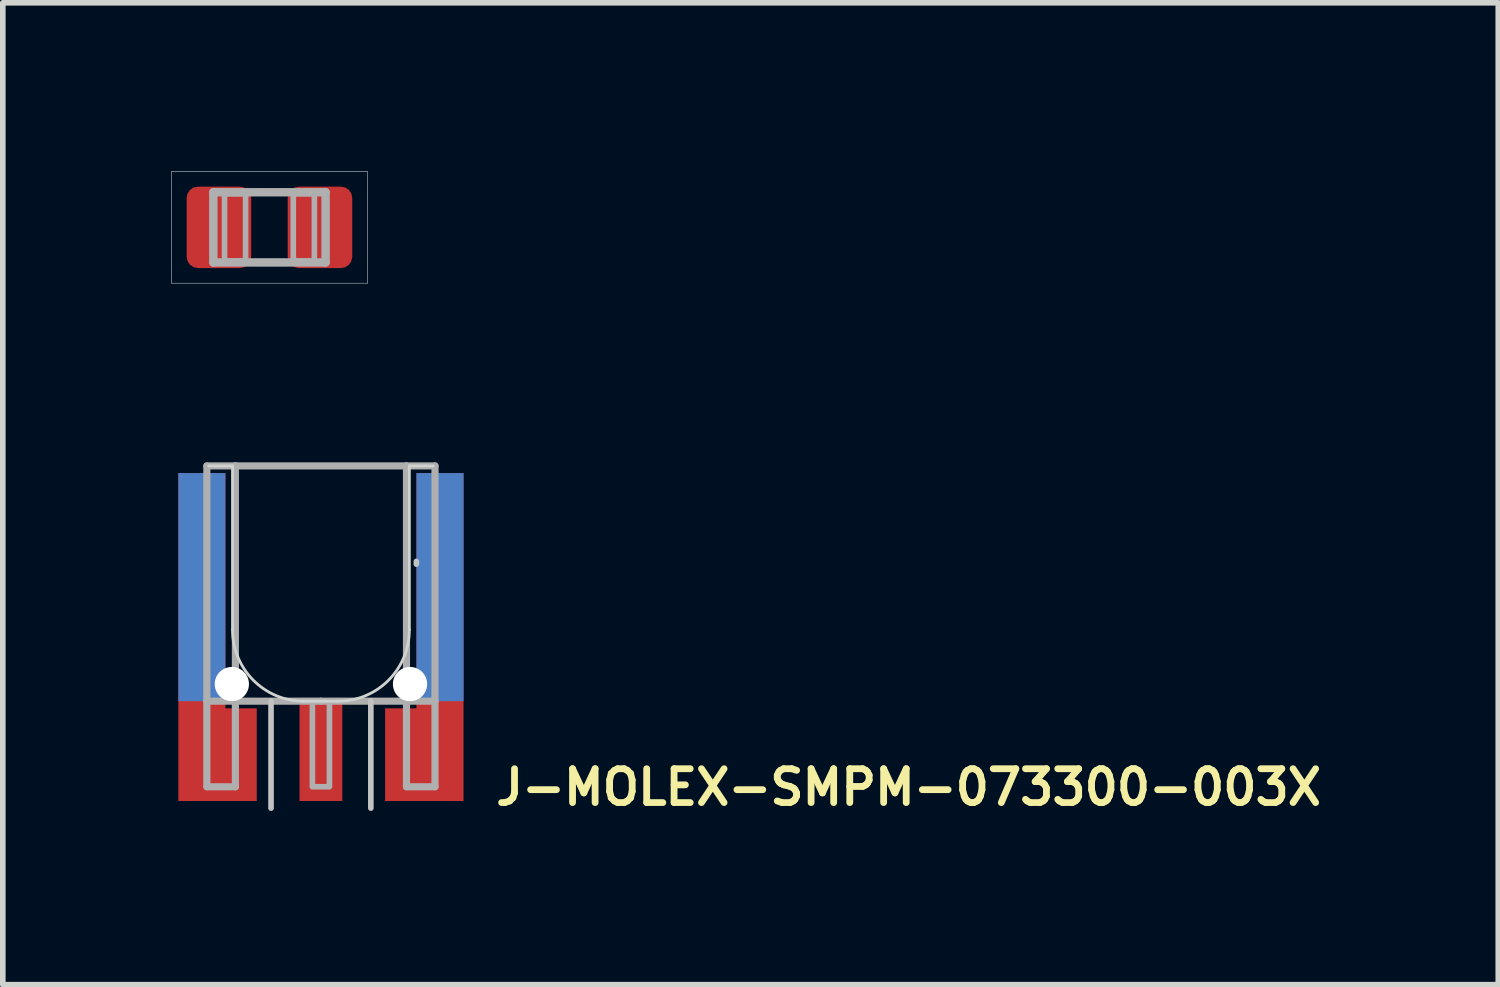
<source format=kicad_pcb>
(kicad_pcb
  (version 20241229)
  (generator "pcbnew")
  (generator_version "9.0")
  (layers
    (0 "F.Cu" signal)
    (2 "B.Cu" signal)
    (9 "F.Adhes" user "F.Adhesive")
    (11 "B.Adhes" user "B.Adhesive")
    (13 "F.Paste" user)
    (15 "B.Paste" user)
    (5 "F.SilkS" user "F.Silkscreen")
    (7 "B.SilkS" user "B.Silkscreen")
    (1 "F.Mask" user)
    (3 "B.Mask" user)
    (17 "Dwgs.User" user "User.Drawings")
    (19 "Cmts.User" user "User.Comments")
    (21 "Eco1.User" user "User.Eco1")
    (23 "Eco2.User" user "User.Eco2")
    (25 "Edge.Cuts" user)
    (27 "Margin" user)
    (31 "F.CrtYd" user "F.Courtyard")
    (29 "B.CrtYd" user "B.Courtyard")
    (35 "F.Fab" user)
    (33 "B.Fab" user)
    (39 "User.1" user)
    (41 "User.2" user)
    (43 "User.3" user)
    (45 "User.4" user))
  (footprint ".0805-B-NOSILK"
    (layer "F.Cu")
    (at 1.75 1)
    (property "Reference" ".0805-B-NOSILK" (at 0 0 180) (layer "F.Mask") (effects (font (size 0.38 0.38) (thickness 0.057)) (justify left bottom)))
    (attr through_hole)
    (fp_line (start -1 -0.625) (end 1 -0.625) (stroke (width 0.15) (type solid)) (layer "F.Mask"))
    (fp_line (start -1 0.625) (end -1 -0.625) (stroke (width 0.15) (type solid)) (layer "F.Mask"))
    (fp_line (start 1 -0.625) (end 1 0.625) (stroke (width 0.15) (type solid)) (layer "F.Mask"))
    (fp_line (start 1 0.625) (end -1 0.625) (stroke (width 0.15) (type solid)) (layer "F.Mask"))
    (fp_poly (pts (xy -0.52 -0.53) (xy -1.28 -0.53) (xy -1.28 0.53) (xy -0.52 0.53)) (stroke (width 0) (type solid)) (fill yes) (layer "F.Mask"))
    (fp_poly (pts (xy 1.28 -0.53) (xy 0.52 -0.53) (xy 0.52 0.53) (xy 1.28 0.53)) (stroke (width 0) (type solid)) (fill yes) (layer "F.Mask"))
    (fp_line (start -1.745 -0.995) (end -1.745 0.995) (stroke (width 0.01) (type solid)) (layer "Dwgs.User"))
    (fp_line (start -1.745 0.995) (end 1.745 0.995) (stroke (width 0.01) (type solid)) (layer "Dwgs.User"))
    (fp_line (start 1.745 -0.995) (end -1.745 -0.995) (stroke (width 0.01) (type solid)) (layer "Dwgs.User"))
    (fp_line (start 1.745 0.995) (end 1.745 -0.995) (stroke (width 0.01) (type solid)) (layer "Dwgs.User"))
    (fp_line (start -1 -0.625) (end 1 -0.625) (stroke (width 0.15) (type solid)) (layer "F.Fab"))
    (fp_line (start -1 0.625) (end -1 -0.625) (stroke (width 0.15) (type solid)) (layer "F.Fab"))
    (fp_line (start 1 -0.625) (end 1 0.625) (stroke (width 0.15) (type solid)) (layer "F.Fab"))
    (fp_line (start 1 0.625) (end -1 0.625) (stroke (width 0.15) (type solid)) (layer "F.Fab"))
    (fp_poly (pts (xy -0.8 0.6) (xy -0.425 0.6) (xy -0.425 -0.6) (xy -0.8 -0.6)) (stroke (width 0.1) (type solid)) (fill no) (layer "F.Fab"))
    (fp_poly (pts (xy 0.425 0.6) (xy 0.8 0.6) (xy 0.8 -0.6) (xy 0.425 -0.6)) (stroke (width 0.1) (type solid)) (fill no) (layer "F.Fab"))
    (pad "1" smd roundrect (at -0.9 0) (size 1.15 1.45) (layers "F.Cu" "F.Mask" "F.Paste") (roundrect_rratio 0.175))
    (pad "2" smd roundrect (at 0.9 0) (size 1.15 1.45) (layers "F.Cu" "F.Mask" "F.Paste") (roundrect_rratio 0.175)))
  (footprint "J-MOLEX-SMPM-073300-003X"
    (layer "F.Cu")
    (at 2.667 5.25)
    (property "Reference" "J-MOLEX-SMPM-073300-003X" (at 3.053 6.077 0) (layer "F.SilkS") (effects (font (size 0.603 0.603) (thickness 0.121)) (justify left bottom)))
    (attr through_hole)
    (fp_poly (pts (xy -1.143 4.318) (xy -1.702 4.318) (xy -1.702 0.127) (xy -2.54 0.127) (xy -2.54 5.969) (xy -1.143 5.969)) (stroke (width 0) (type solid)) (fill yes) (layer "F.Cu"))
    (fp_poly (pts (xy 1.143 4.318) (xy 1.143 5.969) (xy 2.54 5.969) (xy 2.54 0.127) (xy 1.702 0.127) (xy 1.702 4.318)) (stroke (width 0) (type solid)) (fill yes) (layer "F.Cu"))
    (fp_poly (pts (xy 1.016 6.096) (xy 2.667 6.096) (xy 2.667 0) (xy 1.524 0) (xy 1.524 4.191) (xy 1.016 4.191)) (stroke (width 0) (type solid)) (fill yes) (layer "F.Mask"))
    (fp_poly (pts (xy -2.1 0) (xy -2.4 0) (xy -2.667 0) (xy -2.667 6.096) (xy -1.016 6.096) (xy -1.016 4.191) (xy -1.524 4.191) (xy -1.524 0)) (stroke (width 0) (type solid)) (fill yes) (layer "F.Mask"))
    (fp_poly (pts (xy -2.54 4.191) (xy -1.702 4.191) (xy -1.702 0.127) (xy -2.54 0.127)) (stroke (width 0) (type solid)) (fill yes) (layer "B.Cu"))
    (fp_poly (pts (xy 2.54 4.191) (xy 2.54 0.127) (xy 1.702 0.127) (xy 1.702 4.191)) (stroke (width 0) (type solid)) (fill yes) (layer "B.Cu"))
    (fp_poly (pts (xy 1.524 4.318) (xy 2.667 4.318) (xy 2.667 0) (xy 1.524 0) (xy 1.524 4.191)) (stroke (width 0) (type solid)) (fill yes) (layer "B.Mask"))
    (fp_poly (pts (xy -2.1 0) (xy -2.4 0) (xy -2.667 0) (xy -2.667 4.318) (xy -1.524 4.318) (xy -1.524 4.191) (xy -1.524 0)) (stroke (width 0) (type solid)) (fill yes) (layer "B.Mask"))
    (fp_line (start -0.889 4.191) (end -0.889 6.096) (stroke (width 0.1) (type solid)) (layer "Dwgs.User"))
    (fp_line (start 0.889 4.191) (end 0.889 6.096) (stroke (width 0.1) (type solid)) (layer "Dwgs.User"))
    (fp_line (start 1.7 1.7) (end 1.7 1.75) (stroke (width 0.1) (type solid)) (layer "Dwgs.User"))
    (fp_line (start -2 0) (end -1.575 0) (stroke (width 0.05) (type solid)) (layer "Edge.Cuts"))
    (fp_line (start -1.575 0) (end -1.575 2.921) (stroke (width 0.05) (type solid)) (layer "Edge.Cuts"))
    (fp_line (start -0.305 4.191) (end 0.305 4.191) (stroke (width 0.05) (type solid)) (layer "Edge.Cuts"))
    (fp_line (start 1.575 0) (end 2 0) (stroke (width 0.05) (type solid)) (layer "Edge.Cuts"))
    (fp_line (start 1.575 2.921) (end 1.575 0) (stroke (width 0.05) (type solid)) (layer "Edge.Cuts"))
    (fp_arc (start -0.304799 4.191001) (mid -1.202825 3.819026) (end -1.5748 2.921) (stroke (width 0.05) (type solid)) (layer "Edge.Cuts"))
    (fp_arc (start 1.574799 2.920999) (mid 1.202825 3.819025) (end 0.3048 4.191) (stroke (width 0.05) (type solid)) (layer "Edge.Cuts"))
    (fp_line (start -2.032 0) (end -2.032 4.191) (stroke (width 0.127) (type solid)) (layer "F.Fab"))
    (fp_line (start -2.032 4.191) (end -2.032 5.715) (stroke (width 0.127) (type solid)) (layer "F.Fab"))
    (fp_line (start -2.032 4.191) (end -1.524 4.191) (stroke (width 0.127) (type solid)) (layer "F.Fab"))
    (fp_line (start -2.032 5.715) (end -1.524 5.715) (stroke (width 0.127) (type solid)) (layer "F.Fab"))
    (fp_line (start -1.524 0) (end -2.032 0) (stroke (width 0.127) (type solid)) (layer "F.Fab"))
    (fp_line (start -1.524 0) (end -1.524 4.191) (stroke (width 0.127) (type solid)) (layer "F.Fab"))
    (fp_line (start -1.524 4.191) (end 0 4.191) (stroke (width 0.127) (type solid)) (layer "F.Fab"))
    (fp_line (start -1.524 5.715) (end -1.524 4.191) (stroke (width 0.127) (type solid)) (layer "F.Fab"))
    (fp_line (start 0 4.191) (end 1.524 4.191) (stroke (width 0.127) (type solid)) (layer "F.Fab"))
    (fp_line (start 1.524 0) (end -1.524 0) (stroke (width 0.127) (type solid)) (layer "F.Fab"))
    (fp_line (start 1.524 0) (end 1.524 4.191) (stroke (width 0.127) (type solid)) (layer "F.Fab"))
    (fp_line (start 1.524 4.191) (end 2.032 4.191) (stroke (width 0.127) (type solid)) (layer "F.Fab"))
    (fp_line (start 1.524 5.715) (end 1.524 4.191) (stroke (width 0.127) (type solid)) (layer "F.Fab"))
    (fp_line (start 2.032 0) (end 1.524 0) (stroke (width 0.127) (type solid)) (layer "F.Fab"))
    (fp_line (start 2.032 4.191) (end 2.032 0) (stroke (width 0.127) (type solid)) (layer "F.Fab"))
    (fp_line (start 2.032 4.191) (end 2.032 5.715) (stroke (width 0.127) (type solid)) (layer "F.Fab"))
    (fp_line (start 2.032 5.715) (end 1.524 5.715) (stroke (width 0.127) (type solid)) (layer "F.Fab"))
    (fp_poly (pts (xy -0.152 5.715) (xy 0.152 5.715) (xy 0.152 4.191) (xy -0.152 4.191)) (stroke (width 0.1) (type solid)) (fill no) (layer "F.Fab"))
    (pad "" np_thru_hole circle (at -1.587 3.886) (size 0.61 0.61) (drill 0.61) (layers "*.Cu" "*.Mask"))
    (pad "" np_thru_hole circle (at 1.587 3.886) (size 0.61 0.61) (drill 0.61) (layers "*.Cu" "*.Mask"))
    (pad "P$1" smd rect (at -1.778 5.08) (size 0.508 0.508) (layers "F.Cu" "F.Mask"))
    (pad "P$2" smd rect (at 1.778 5.08) (size 0.508 0.508) (layers "F.Cu" "F.Mask"))
    (pad "P$3" smd rect (at -2.032 1.778 180) (size 0.508 0.508) (layers "B.Cu" "B.Mask"))
    (pad "P$4" smd rect (at 2.032 1.778 180) (size 0.508 0.508) (layers "B.Cu" "B.Mask"))
    (pad "RF" smd rect (at 0 5.08) (size 0.762 1.778) (layers "F.Cu" "F.Mask")))
  (gr_rect
    (start -3 -3)
    (end 23.64 14.491)
    (stroke (width 0.1) (type default))
    (fill no)
    (layer "Edge.Cuts")))
</source>
